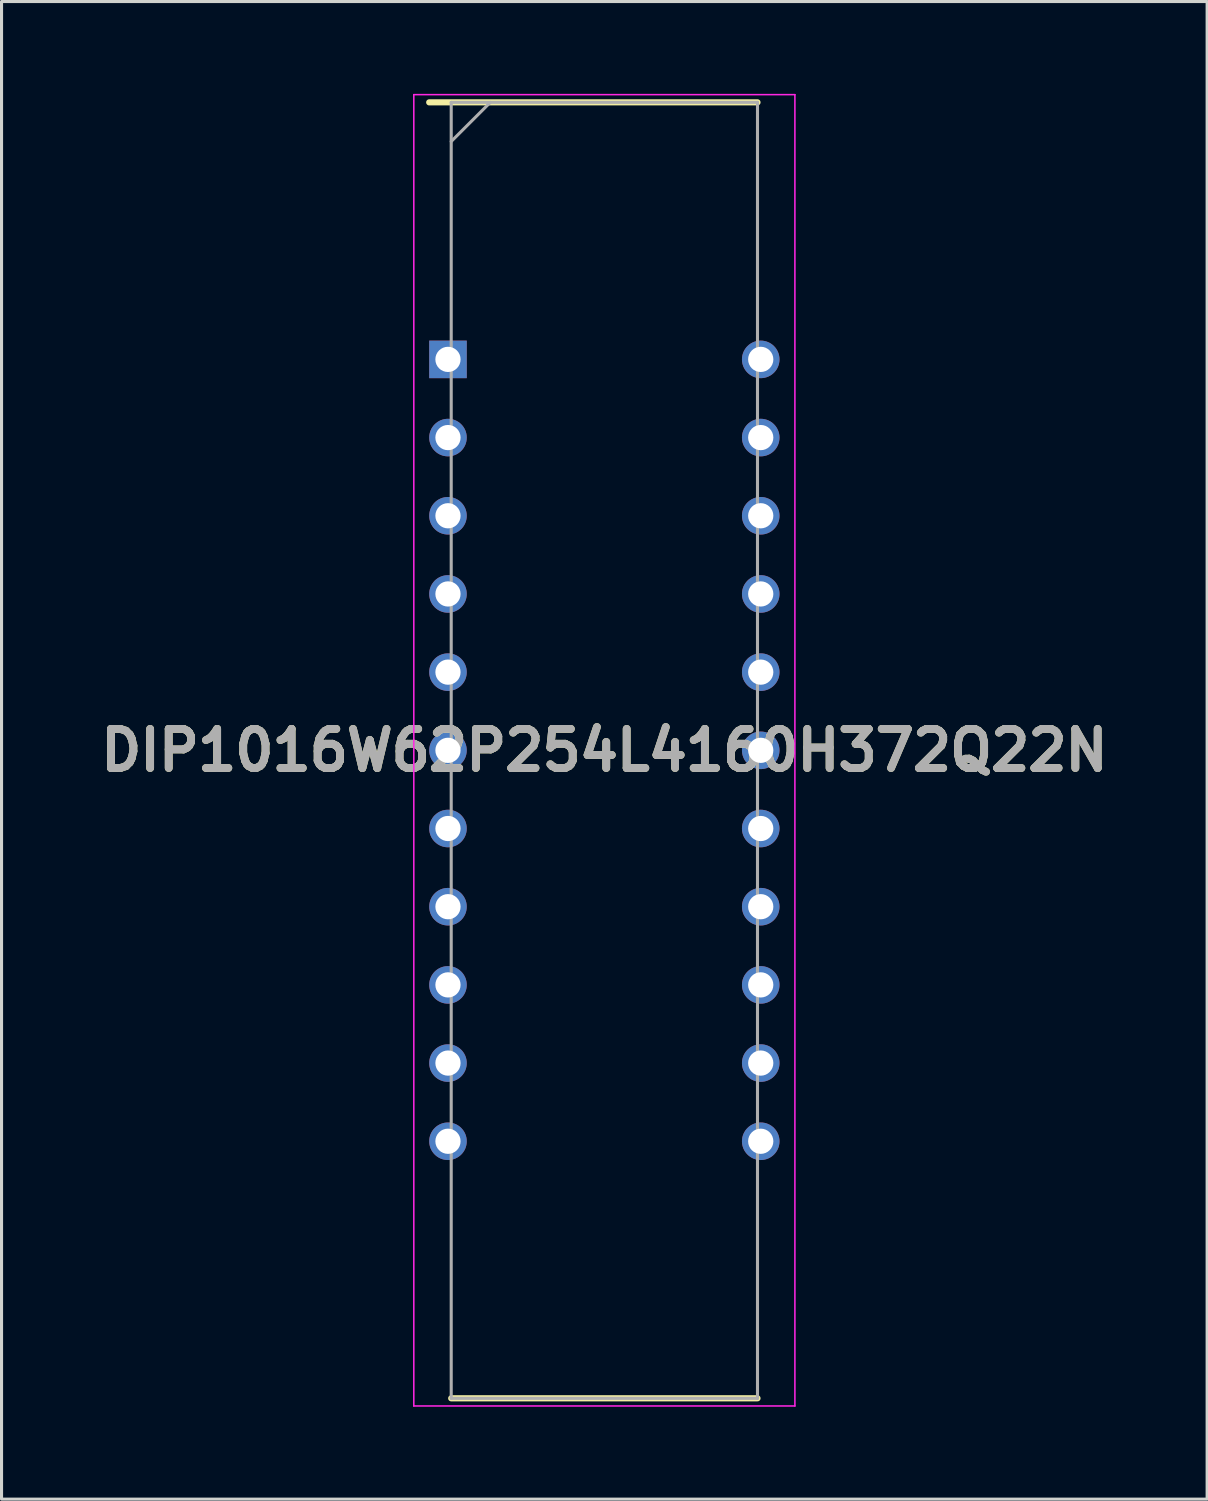
<source format=kicad_pcb>
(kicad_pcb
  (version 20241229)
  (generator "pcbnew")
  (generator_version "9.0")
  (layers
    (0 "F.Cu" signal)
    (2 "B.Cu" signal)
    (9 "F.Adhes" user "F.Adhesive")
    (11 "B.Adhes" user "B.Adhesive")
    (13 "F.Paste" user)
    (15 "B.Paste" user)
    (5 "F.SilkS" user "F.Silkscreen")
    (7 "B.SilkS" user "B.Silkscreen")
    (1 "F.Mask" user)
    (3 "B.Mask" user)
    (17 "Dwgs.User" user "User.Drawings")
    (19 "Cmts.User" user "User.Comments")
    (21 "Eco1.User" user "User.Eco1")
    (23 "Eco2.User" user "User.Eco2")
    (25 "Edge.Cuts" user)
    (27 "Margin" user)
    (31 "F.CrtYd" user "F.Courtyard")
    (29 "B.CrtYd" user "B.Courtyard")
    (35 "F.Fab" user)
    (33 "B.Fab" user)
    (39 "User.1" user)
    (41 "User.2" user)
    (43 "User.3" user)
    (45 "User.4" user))
  (footprint "DIP1016W62P254L4160H372Q22N"
    (layer "F.Cu")
    (at 16.583 21.325)
    (property "Reference" "DIP1016W62P254L4160H372Q22N" (at 0 0 0) (layer "F.SilkS") (effects (font (size 1.27 1.27) (thickness 0.254))))
    (attr through_hole)
    (fp_line (start -5.69 -21.05) (end 4.975 -21.05) (stroke (width 0.2) (type solid)) (layer "F.SilkS"))
    (fp_line (start -4.975 21.05) (end 4.975 21.05) (stroke (width 0.2) (type solid)) (layer "F.SilkS"))
    (fp_line (start -6.19 -21.3) (end 6.19 -21.3) (stroke (width 0.05) (type solid)) (layer "F.CrtYd"))
    (fp_line (start -6.19 21.3) (end -6.19 -21.3) (stroke (width 0.05) (type solid)) (layer "F.CrtYd"))
    (fp_line (start 6.19 -21.3) (end 6.19 21.3) (stroke (width 0.05) (type solid)) (layer "F.CrtYd"))
    (fp_line (start 6.19 21.3) (end -6.19 21.3) (stroke (width 0.05) (type solid)) (layer "F.CrtYd"))
    (fp_line (start -4.975 -21.05) (end 4.975 -21.05) (stroke (width 0.1) (type solid)) (layer "F.Fab"))
    (fp_line (start -4.975 -19.78) (end -3.705 -21.05) (stroke (width 0.1) (type solid)) (layer "F.Fab"))
    (fp_line (start -4.975 21.05) (end -4.975 -21.05) (stroke (width 0.1) (type solid)) (layer "F.Fab"))
    (fp_line (start 4.975 -21.05) (end 4.975 21.05) (stroke (width 0.1) (type solid)) (layer "F.Fab"))
    (fp_line (start 4.975 21.05) (end -4.975 21.05) (stroke (width 0.1) (type solid)) (layer "F.Fab"))
    (fp_text user "${REFERENCE}" (at 0 0 0) (layer "F.Fab") (effects (font (size 1.27 1.27) (thickness 0.254))))
    (pad "1" thru_hole rect (at -5.08 -12.7) (size 1.22 1.22) (drill 0.82) (layers "*.Cu" "*.Mask"))
    (pad "2" thru_hole circle (at -5.08 -10.16) (size 1.22 1.22) (drill 0.82) (layers "*.Cu" "*.Mask"))
    (pad "3" thru_hole circle (at -5.08 -7.62) (size 1.22 1.22) (drill 0.82) (layers "*.Cu" "*.Mask"))
    (pad "4" thru_hole circle (at -5.08 -5.08) (size 1.22 1.22) (drill 0.82) (layers "*.Cu" "*.Mask"))
    (pad "5" thru_hole circle (at -5.08 -2.54) (size 1.22 1.22) (drill 0.82) (layers "*.Cu" "*.Mask"))
    (pad "6" thru_hole circle (at -5.08 0) (size 1.22 1.22) (drill 0.82) (layers "*.Cu" "*.Mask"))
    (pad "7" thru_hole circle (at -5.08 2.54) (size 1.22 1.22) (drill 0.82) (layers "*.Cu" "*.Mask"))
    (pad "8" thru_hole circle (at -5.08 5.08) (size 1.22 1.22) (drill 0.82) (layers "*.Cu" "*.Mask"))
    (pad "9" thru_hole circle (at -5.08 7.62) (size 1.22 1.22) (drill 0.82) (layers "*.Cu" "*.Mask"))
    (pad "10" thru_hole circle (at -5.08 10.16) (size 1.22 1.22) (drill 0.82) (layers "*.Cu" "*.Mask"))
    (pad "11" thru_hole circle (at -5.08 12.7) (size 1.22 1.22) (drill 0.82) (layers "*.Cu" "*.Mask"))
    (pad "12" thru_hole circle (at 5.08 12.7) (size 1.22 1.22) (drill 0.82) (layers "*.Cu" "*.Mask"))
    (pad "13" thru_hole circle (at 5.08 10.16) (size 1.22 1.22) (drill 0.82) (layers "*.Cu" "*.Mask"))
    (pad "14" thru_hole circle (at 5.08 7.62) (size 1.22 1.22) (drill 0.82) (layers "*.Cu" "*.Mask"))
    (pad "15" thru_hole circle (at 5.08 5.08) (size 1.22 1.22) (drill 0.82) (layers "*.Cu" "*.Mask"))
    (pad "16" thru_hole circle (at 5.08 2.54) (size 1.22 1.22) (drill 0.82) (layers "*.Cu" "*.Mask"))
    (pad "17" thru_hole circle (at 5.08 0) (size 1.22 1.22) (drill 0.82) (layers "*.Cu" "*.Mask"))
    (pad "18" thru_hole circle (at 5.08 -2.54) (size 1.22 1.22) (drill 0.82) (layers "*.Cu" "*.Mask"))
    (pad "19" thru_hole circle (at 5.08 -5.08) (size 1.22 1.22) (drill 0.82) (layers "*.Cu" "*.Mask"))
    (pad "20" thru_hole circle (at 5.08 -7.62) (size 1.22 1.22) (drill 0.82) (layers "*.Cu" "*.Mask"))
    (pad "21" thru_hole circle (at 5.08 -10.16) (size 1.22 1.22) (drill 0.82) (layers "*.Cu" "*.Mask"))
    (pad "22" thru_hole circle (at 5.08 -12.7) (size 1.22 1.22) (drill 0.82) (layers "*.Cu" "*.Mask")))
  (gr_rect
    (start -3 -3)
    (end 36.165 45.65)
    (stroke (width 0.1) (type default))
    (fill no)
    (layer "Edge.Cuts")))
</source>
